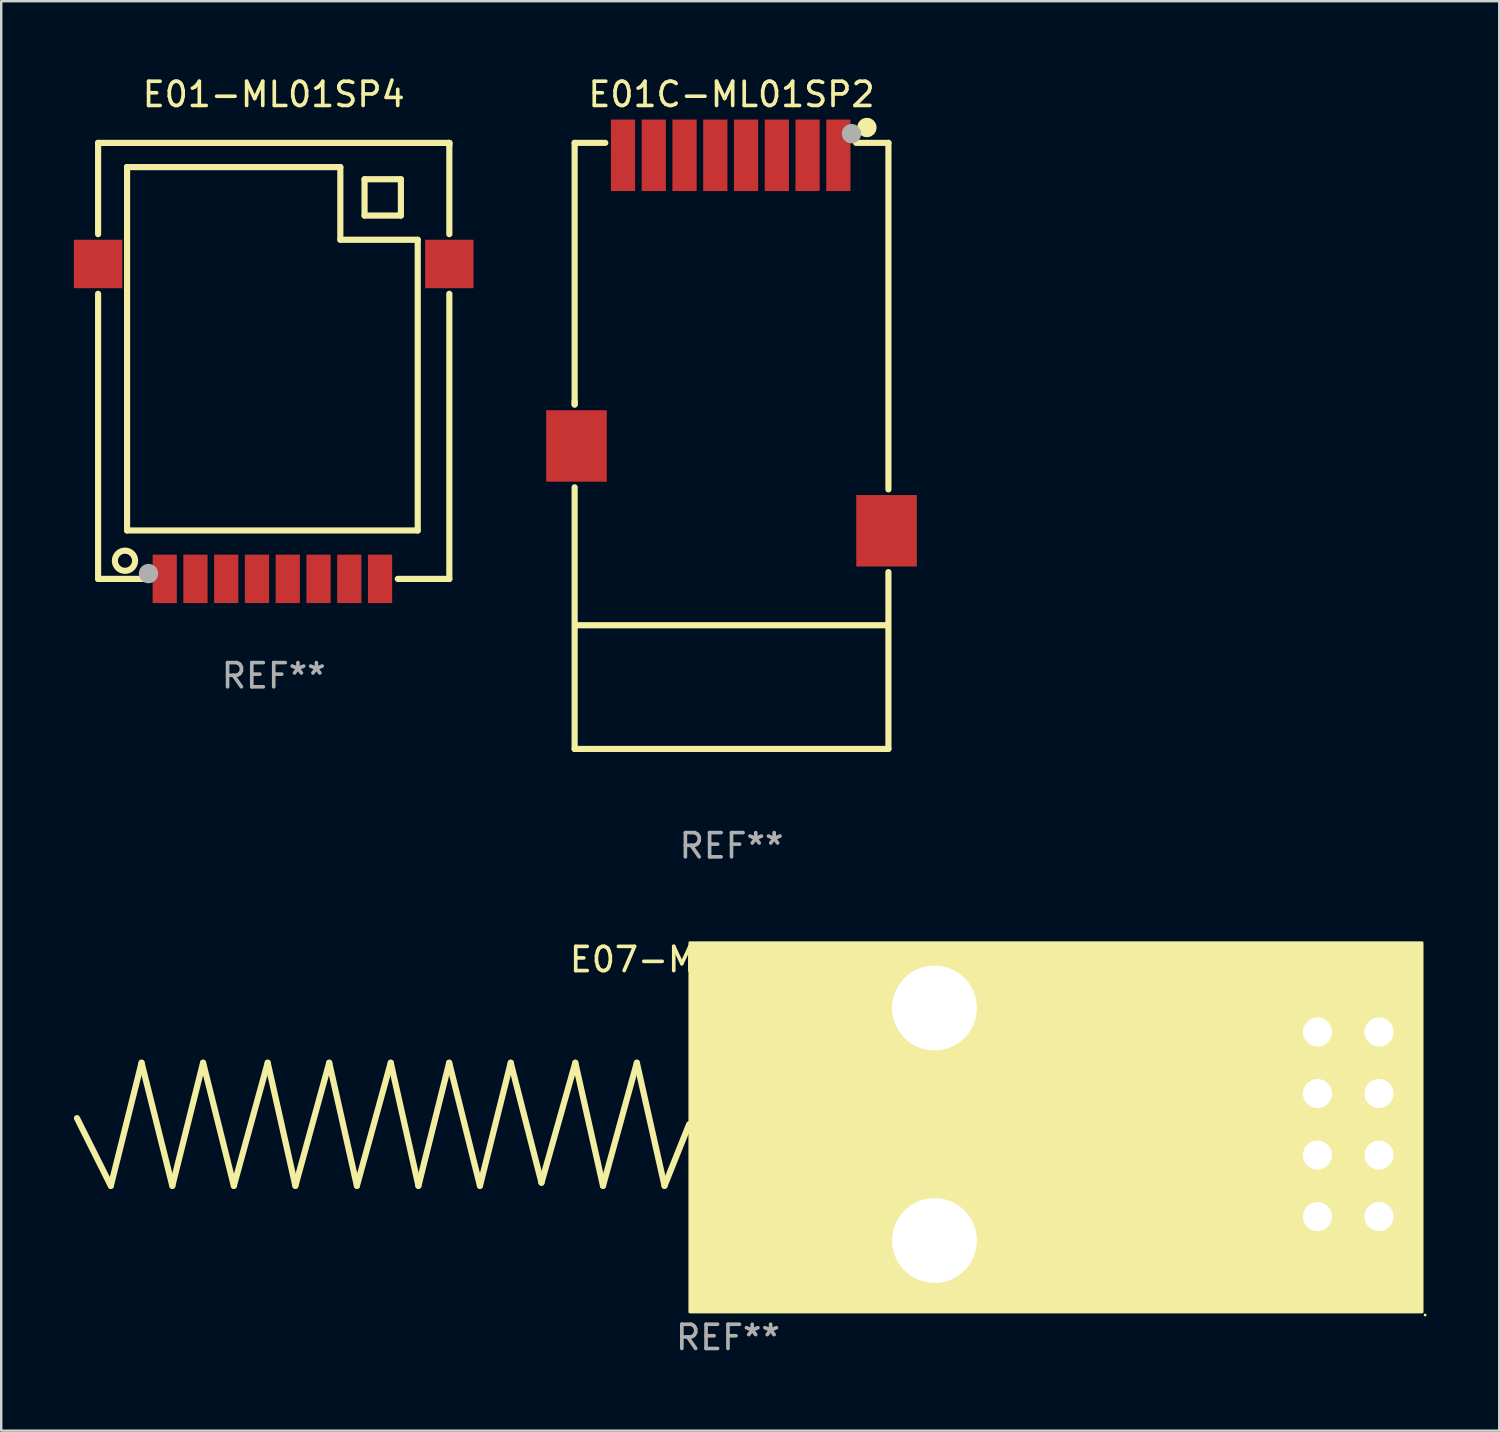
<source format=kicad_pcb>
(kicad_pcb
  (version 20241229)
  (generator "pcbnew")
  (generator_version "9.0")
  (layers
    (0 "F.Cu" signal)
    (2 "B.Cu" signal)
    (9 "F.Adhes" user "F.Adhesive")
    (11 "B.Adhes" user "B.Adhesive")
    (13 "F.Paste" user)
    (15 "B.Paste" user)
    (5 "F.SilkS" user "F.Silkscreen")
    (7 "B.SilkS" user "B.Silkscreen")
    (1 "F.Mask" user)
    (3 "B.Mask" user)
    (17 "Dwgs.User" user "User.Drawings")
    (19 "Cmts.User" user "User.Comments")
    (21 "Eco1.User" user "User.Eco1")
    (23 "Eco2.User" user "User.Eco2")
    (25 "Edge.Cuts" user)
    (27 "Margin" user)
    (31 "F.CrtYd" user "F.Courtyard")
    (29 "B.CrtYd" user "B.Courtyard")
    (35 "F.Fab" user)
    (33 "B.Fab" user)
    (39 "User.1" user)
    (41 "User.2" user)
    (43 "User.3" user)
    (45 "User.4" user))
  (footprint "E07-M1101D-TH"
    (layer "F.Cu")
    (at 27.003 43.364)
    (property "Reference" "E07-M1101D-TH" (at 0 -6.8 0) (layer "F.SilkS") (effects (font (size 1 1) (thickness 0.15))))
    (attr through_hole)
    (fp_line (start -25.479 2.54) (end -26.876 -0.254) (stroke (width 0.254) (type solid)) (layer "F.SilkS"))
    (fp_line (start -24.209 -2.54) (end -25.479 2.54) (stroke (width 0.254) (type solid)) (layer "F.SilkS"))
    (fp_line (start -22.939 2.54) (end -24.209 -2.54) (stroke (width 0.254) (type solid)) (layer "F.SilkS"))
    (fp_line (start -21.669 -2.54) (end -22.939 2.54) (stroke (width 0.254) (type solid)) (layer "F.SilkS"))
    (fp_line (start -20.399 2.54) (end -21.669 -2.54) (stroke (width 0.254) (type solid)) (layer "F.SilkS"))
    (fp_line (start -19.002 -2.54) (end -20.399 2.54) (stroke (width 0.254) (type solid)) (layer "F.SilkS"))
    (fp_line (start -17.859 2.54) (end -19.002 -2.54) (stroke (width 0.254) (type solid)) (layer "F.SilkS"))
    (fp_line (start -16.462 -2.54) (end -17.859 2.54) (stroke (width 0.254) (type solid)) (layer "F.SilkS"))
    (fp_line (start -15.319 2.54) (end -16.462 -2.54) (stroke (width 0.254) (type solid)) (layer "F.SilkS"))
    (fp_line (start -13.922 -2.54) (end -15.319 2.54) (stroke (width 0.254) (type solid)) (layer "F.SilkS"))
    (fp_line (start -12.779 2.54) (end -13.922 -2.54) (stroke (width 0.254) (type solid)) (layer "F.SilkS"))
    (fp_line (start -11.509 -2.54) (end -12.779 2.54) (stroke (width 0.254) (type solid)) (layer "F.SilkS"))
    (fp_line (start -10.239 2.54) (end -11.509 -2.54) (stroke (width 0.254) (type solid)) (layer "F.SilkS"))
    (fp_line (start -8.969 -2.54) (end -10.239 2.54) (stroke (width 0.254) (type solid)) (layer "F.SilkS"))
    (fp_line (start -7.699 2.413) (end -8.969 -2.54) (stroke (width 0.254) (type solid)) (layer "F.SilkS"))
    (fp_line (start -6.302 -2.54) (end -7.699 2.413) (stroke (width 0.254) (type solid)) (layer "F.SilkS"))
    (fp_line (start -5.159 2.54) (end -6.302 -2.54) (stroke (width 0.254) (type solid)) (layer "F.SilkS"))
    (fp_line (start -3.762 -2.54) (end -5.159 2.54) (stroke (width 0.254) (type solid)) (layer "F.SilkS"))
    (fp_line (start -2.619 2.54) (end -3.762 -2.54) (stroke (width 0.254) (type solid)) (layer "F.SilkS"))
    (fp_line (start -1.603 0) (end -2.619 2.54) (stroke (width 0.254) (type solid)) (layer "F.SilkS"))
    (fp_circle (center 28.781 7.874) (end 28.811 7.874) (stroke (width 0.06) (type solid)) (fill no) (layer "F.SilkS"))
    (fp_poly (pts (xy -1.572 -7.493) (xy 28.654 -7.493) (xy 28.654 7.747) (xy -1.572 7.747)) (stroke (width 0.12) (type solid)) (fill yes) (layer "F.SilkS"))
    (fp_text user "REF**" (at 0 8.8 0) (layer "F.Fab") (effects (font (size 1 1) (thickness 0.15))))
    (pad "1" thru_hole rect (at 26.876 3.81 180) (size 2 2) (drill 1.2) (layers "*.Cu" "*.Mask"))
    (pad "2" thru_hole circle (at 24.336 3.81) (size 2 2) (drill 1.2) (layers "*.Cu" "*.Mask"))
    (pad "3" thru_hole circle (at 26.876 1.27) (size 2 2) (drill 1.2) (layers "*.Cu" "*.Mask"))
    (pad "4" thru_hole circle (at 24.336 1.27) (size 2 2) (drill 1.2) (layers "*.Cu" "*.Mask"))
    (pad "5" thru_hole circle (at 26.876 -1.27) (size 2 2) (drill 1.2) (layers "*.Cu" "*.Mask"))
    (pad "6" thru_hole circle (at 24.336 -1.27) (size 2 2) (drill 1.2) (layers "*.Cu" "*.Mask"))
    (pad "7" thru_hole circle (at 26.876 -3.81) (size 2 2) (drill 1.2) (layers "*.Cu" "*.Mask"))
    (pad "8" thru_hole circle (at 24.336 -3.81) (size 2 2) (drill 1.2) (layers "*.Cu" "*.Mask"))
    (pad "9" thru_hole circle (at 8.526 4.8) (size 4.5 4.5) (drill 3.5) (layers "*.Cu" "*.Mask"))
    (pad "10" thru_hole circle (at 8.526 -4.8) (size 4.5 4.5) (drill 3.5) (layers "*.Cu" "*.Mask")))
  (footprint "E01-ML01SP4"
    (layer "F.Cu")
    (at 8.25 11.849)
    (property "Reference" "E01-ML01SP4" (at 0 -11 0) (layer "F.SilkS") (effects (font (size 1 1) (thickness 0.15))))
    (attr through_hole)
    (fp_line (start -7.25 -9) (end -7.25 -5.232) (stroke (width 0.254) (type solid)) (layer "F.SilkS"))
    (fp_line (start -7.25 -9) (end 7.25 -9) (stroke (width 0.254) (type solid)) (layer "F.SilkS"))
    (fp_line (start -7.25 -2.77) (end -7.25 9) (stroke (width 0.254) (type solid)) (layer "F.SilkS"))
    (fp_line (start -7.25 9) (end -5.231 9) (stroke (width 0.254) (type solid)) (layer "F.SilkS"))
    (fp_line (start -6.055 -8.001) (end -6.054 -8.001) (stroke (width 0.254) (type solid)) (layer "F.SilkS"))
    (fp_line (start -6.054 -8.001) (end -6.054 7.001) (stroke (width 0.254) (type solid)) (layer "F.SilkS"))
    (fp_line (start -6.054 7.001) (end 5.945 7.001) (stroke (width 0.254) (type solid)) (layer "F.SilkS"))
    (fp_line (start 2.75 -8.001) (end -6.055 -8.001) (stroke (width 0.254) (type solid)) (layer "F.SilkS"))
    (fp_line (start 2.75 -5.001) (end 2.75 -8.001) (stroke (width 0.254) (type solid)) (layer "F.SilkS"))
    (fp_line (start 3.75 -7.5) (end 3.75 -6) (stroke (width 0.254) (type solid)) (layer "F.SilkS"))
    (fp_line (start 3.75 -6) (end 5.25 -6) (stroke (width 0.254) (type solid)) (layer "F.SilkS"))
    (fp_line (start 5.121 9) (end 7.25 9) (stroke (width 0.254) (type solid)) (layer "F.SilkS"))
    (fp_line (start 5.25 -7.5) (end 3.75 -7.5) (stroke (width 0.254) (type solid)) (layer "F.SilkS"))
    (fp_line (start 5.25 -6) (end 5.25 -7.5) (stroke (width 0.254) (type solid)) (layer "F.SilkS"))
    (fp_line (start 5.945 -5.001) (end 2.75 -5.001) (stroke (width 0.254) (type solid)) (layer "F.SilkS"))
    (fp_line (start 5.945 7.001) (end 5.945 -5.001) (stroke (width 0.254) (type solid)) (layer "F.SilkS"))
    (fp_line (start 7.25 -9) (end 7.25 -8.917) (stroke (width 0.254) (type solid)) (layer "F.SilkS"))
    (fp_line (start 7.25 -9) (end 7.25 -5.232) (stroke (width 0.254) (type solid)) (layer "F.SilkS"))
    (fp_line (start 7.25 -2.77) (end 7.25 9) (stroke (width 0.254) (type solid)) (layer "F.SilkS"))
    (fp_circle (center -7.25 8.96) (end -7.22 8.96) (stroke (width 0.06) (type solid)) (fill no) (layer "F.SilkS"))
    (fp_circle (center -6.14 8.25) (end -5.723 8.25) (stroke (width 0.254) (type solid)) (fill no) (layer "F.SilkS"))
    (fp_circle (center -5.17 8.78) (end -4.97 8.78) (stroke (width 0.4) (type solid)) (fill no) (layer "F.Fab"))
    (fp_text user "REF**" (at 0 13 0) (layer "F.Fab") (effects (font (size 1 1) (thickness 0.15))))
    (pad "1" smd rect (at -4.499 9 90) (size 2 1) (layers "F.Cu" "F.Mask" "F.Paste"))
    (pad "2" smd rect (at -3.231 8.998 90) (size 2 1) (layers "F.Cu" "F.Mask" "F.Paste"))
    (pad "3" smd rect (at -1.961 8.998 90) (size 2 1) (layers "F.Cu" "F.Mask" "F.Paste"))
    (pad "4" smd rect (at -0.691 8.998 90) (size 2 1) (layers "F.Cu" "F.Mask" "F.Paste"))
    (pad "5" smd rect (at 0.58 8.998 90) (size 2 1) (layers "F.Cu" "F.Mask" "F.Paste"))
    (pad "6" smd rect (at 1.85 8.998 90) (size 2 1) (layers "F.Cu" "F.Mask" "F.Paste"))
    (pad "7" smd rect (at 3.12 8.998 90) (size 2 1) (layers "F.Cu" "F.Mask" "F.Paste"))
    (pad "8" smd rect (at 4.39 8.998 90) (size 2 1) (layers "F.Cu" "F.Mask" "F.Paste"))
    (pad "9" smd rect (at 7.25 -4.001 90) (size 2 2) (layers "F.Cu" "F.Mask" "F.Paste"))
    (pad "10" smd rect (at -7.25 -4.001 90) (size 2 2) (layers "F.Cu" "F.Mask" "F.Paste")))
  (footprint "E01C-ML01SP2"
    (layer "F.Cu")
    (at 27.15 15.358)
    (property "Reference" "E01C-ML01SP2" (at 0 -14.51 0) (layer "F.SilkS") (effects (font (size 1 1) (thickness 0.15))))
    (attr through_hole)
    (fp_line (start -6.477 -12.51) (end -5.211 -12.51) (stroke (width 0.254) (type solid)) (layer "F.SilkS"))
    (fp_line (start -6.477 -1.715) (end -6.477 -12.51) (stroke (width 0.254) (type solid)) (layer "F.SilkS"))
    (fp_line (start -6.477 -1.703) (end -6.477 -1.842) (stroke (width 0.254) (type solid)) (layer "F.SilkS"))
    (fp_line (start -6.477 12.51) (end -6.477 1.71) (stroke (width 0.254) (type solid)) (layer "F.SilkS"))
    (fp_line (start -6.4 7.404) (end 6.4 7.404) (stroke (width 0.254) (type solid)) (layer "F.SilkS"))
    (fp_line (start 5.141 -12.51) (end 6.477 -12.51) (stroke (width 0.254) (type solid)) (layer "F.SilkS"))
    (fp_line (start 6.477 -12.51) (end 6.477 1.797) (stroke (width 0.254) (type solid)) (layer "F.SilkS"))
    (fp_line (start 6.477 5.21) (end 6.477 12.51) (stroke (width 0.254) (type solid)) (layer "F.SilkS"))
    (fp_line (start 6.477 12.51) (end -6.477 12.51) (stroke (width 0.254) (type solid)) (layer "F.SilkS"))
    (fp_circle (center 5.588 -13.144) (end 5.788 -13.144) (stroke (width 0.4) (type solid)) (fill no) (layer "F.SilkS"))
    (fp_circle (center 6.4 -12.496) (end 6.43 -12.496) (stroke (width 0.06) (type solid)) (fill no) (layer "F.SilkS"))
    (fp_circle (center 4.953 -12.89) (end 5.153 -12.89) (stroke (width 0.4) (type solid)) (fill no) (layer "F.Fab"))
    (fp_text user "REF**" (at 0 16.51 0) (layer "F.Fab") (effects (font (size 1 1) (thickness 0.15))))
    (pad "1" smd rect (at 4.41 -11.997) (size 1 2.95) (layers "F.Cu" "F.Mask" "F.Paste"))
    (pad "2" smd rect (at 3.14 -11.997) (size 1 2.95) (layers "F.Cu" "F.Mask" "F.Paste"))
    (pad "3" smd rect (at 1.87 -11.997) (size 1 2.95) (layers "F.Cu" "F.Mask" "F.Paste"))
    (pad "4" smd rect (at 0.6 -11.997) (size 1 2.95) (layers "F.Cu" "F.Mask" "F.Paste"))
    (pad "5" smd rect (at -0.67 -11.997) (size 1 2.95) (layers "F.Cu" "F.Mask" "F.Paste"))
    (pad "6" smd rect (at -1.94 -11.997) (size 1 2.95) (layers "F.Cu" "F.Mask" "F.Paste"))
    (pad "7" smd rect (at -3.21 -11.997) (size 1 2.95) (layers "F.Cu" "F.Mask" "F.Paste"))
    (pad "8" smd rect (at -4.48 -11.997) (size 1 2.95) (layers "F.Cu" "F.Mask" "F.Paste"))
    (pad "9" smd rect (at -6.4 0.003) (size 2.5 2.95) (layers "F.Cu" "F.Mask" "F.Paste"))
    (pad "10" smd rect (at 6.4 3.504) (size 2.5 2.95) (layers "F.Cu" "F.Mask" "F.Paste")))
  (gr_rect
    (start -3 -3)
    (end 58.844 56.012)
    (stroke (width 0.1) (type default))
    (fill no)
    (layer "Edge.Cuts")))
</source>
